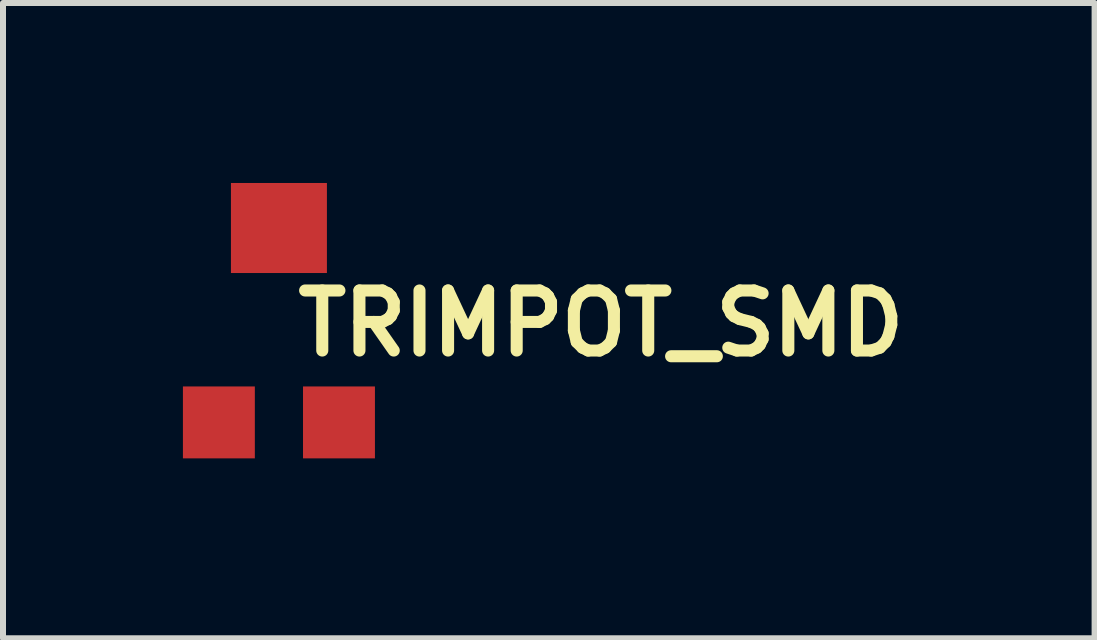
<source format=kicad_pcb>
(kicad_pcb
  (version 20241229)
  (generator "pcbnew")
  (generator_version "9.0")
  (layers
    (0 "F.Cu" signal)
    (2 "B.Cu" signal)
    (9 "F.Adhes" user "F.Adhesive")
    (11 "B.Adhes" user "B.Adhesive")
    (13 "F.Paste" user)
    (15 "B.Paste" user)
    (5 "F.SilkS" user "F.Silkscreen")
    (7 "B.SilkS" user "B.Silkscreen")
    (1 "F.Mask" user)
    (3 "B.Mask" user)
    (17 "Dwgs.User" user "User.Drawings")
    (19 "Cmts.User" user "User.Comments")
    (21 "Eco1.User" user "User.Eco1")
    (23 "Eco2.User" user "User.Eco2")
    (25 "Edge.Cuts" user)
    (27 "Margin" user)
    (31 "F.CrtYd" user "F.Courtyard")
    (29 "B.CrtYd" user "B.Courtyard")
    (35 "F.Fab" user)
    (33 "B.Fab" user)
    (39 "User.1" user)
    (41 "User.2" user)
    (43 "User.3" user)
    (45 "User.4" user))
  (footprint "TRIMPOT_SMD"
    (layer "F.Cu")
    (at 1.6 2.402)
    (property "Reference" "TRIMPOT_SMD" (at 5.37 -0.061 0) (layer "F.SilkS") (effects (font (size 1.001 1.001) (thickness 0.201))))
    (attr through_hole)
    (pad "1" smd rect (at -1.001 1.59) (size 1.199 1.199) (layers "F.Cu" "F.Mask" "F.Paste"))
    (pad "2" smd rect (at 0 -1.651) (size 1.6 1.501) (layers "F.Cu" "F.Mask" "F.Paste"))
    (pad "3" smd rect (at 1.001 1.59) (size 1.199 1.199) (layers "F.Cu" "F.Mask" "F.Paste")))
  (gr_rect
    (start -3 -3)
    (end 15.198 7.591)
    (stroke (width 0.1) (type default))
    (fill no)
    (layer "Edge.Cuts")))
</source>
